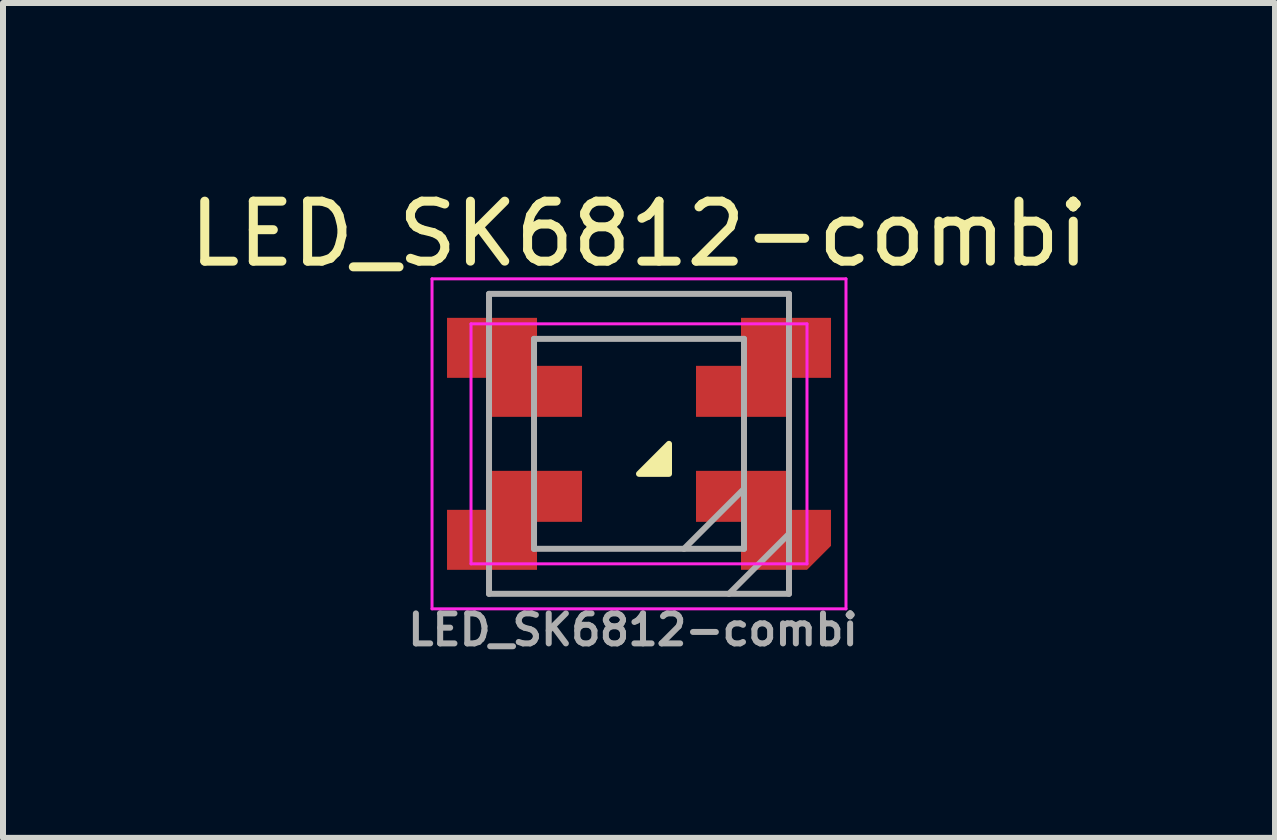
<source format=kicad_pcb>
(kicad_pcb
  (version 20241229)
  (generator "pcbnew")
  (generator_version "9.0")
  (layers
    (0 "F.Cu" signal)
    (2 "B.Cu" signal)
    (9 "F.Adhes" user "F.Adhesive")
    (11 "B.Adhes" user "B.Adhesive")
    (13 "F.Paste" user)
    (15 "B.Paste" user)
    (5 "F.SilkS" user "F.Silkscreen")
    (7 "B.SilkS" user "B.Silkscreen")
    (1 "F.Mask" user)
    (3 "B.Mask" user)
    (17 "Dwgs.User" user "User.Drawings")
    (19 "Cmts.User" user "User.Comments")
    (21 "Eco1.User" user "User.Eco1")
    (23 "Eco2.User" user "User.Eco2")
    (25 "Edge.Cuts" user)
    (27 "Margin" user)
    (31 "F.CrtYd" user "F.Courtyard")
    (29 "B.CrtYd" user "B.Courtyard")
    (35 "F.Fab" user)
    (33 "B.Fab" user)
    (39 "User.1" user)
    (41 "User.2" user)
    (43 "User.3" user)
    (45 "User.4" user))
  (footprint "LED_SK6812-combi"
    (layer "F.Cu")
    (at 7.601 4.348)
    (property "Reference" "LED_SK6812-combi" (at 0 -3.5 0) (layer "F.SilkS") (effects (font (size 1 1) (thickness 0.15))))
    (attr smd)
    (fp_poly (pts (xy 0.5 0) (xy 0 0.5) (xy 0.5 0.5)) (stroke (width 0.1) (type solid)) (fill yes) (layer "F.SilkS"))
    (fp_line (start -3.45 -2.75) (end -3.45 2.75) (stroke (width 0.05) (type solid)) (layer "F.CrtYd"))
    (fp_line (start -3.45 2.75) (end 3.45 2.75) (stroke (width 0.05) (type solid)) (layer "F.CrtYd"))
    (fp_line (start -2.8 -2) (end -2.8 2) (stroke (width 0.05) (type solid)) (layer "F.CrtYd"))
    (fp_line (start -2.8 2) (end 2.8 2) (stroke (width 0.05) (type solid)) (layer "F.CrtYd"))
    (fp_line (start 2.8 -2) (end -2.8 -2) (stroke (width 0.05) (type solid)) (layer "F.CrtYd"))
    (fp_line (start 2.8 2) (end 2.8 -2) (stroke (width 0.05) (type solid)) (layer "F.CrtYd"))
    (fp_line (start 3.45 -2.75) (end -3.45 -2.75) (stroke (width 0.05) (type solid)) (layer "F.CrtYd"))
    (fp_line (start 3.45 2.75) (end 3.45 -2.75) (stroke (width 0.05) (type solid)) (layer "F.CrtYd"))
    (fp_line (start -2.5 -2.5) (end -2.5 2.5) (stroke (width 0.1) (type solid)) (layer "F.Fab"))
    (fp_line (start -2.5 2.5) (end 2.5 2.5) (stroke (width 0.1) (type solid)) (layer "F.Fab"))
    (fp_line (start -1.75 -1.75) (end -1.75 1.75) (stroke (width 0.1) (type solid)) (layer "F.Fab"))
    (fp_line (start -1.75 1.75) (end 1.75 1.75) (stroke (width 0.1) (type solid)) (layer "F.Fab"))
    (fp_line (start 1.75 -1.75) (end -1.75 -1.75) (stroke (width 0.1) (type solid)) (layer "F.Fab"))
    (fp_line (start 1.75 0.75) (end 0.75 1.75) (stroke (width 0.1) (type solid)) (layer "F.Fab"))
    (fp_line (start 1.75 1.75) (end 1.75 -1.75) (stroke (width 0.1) (type solid)) (layer "F.Fab"))
    (fp_line (start 2.5 -2.5) (end -2.5 -2.5) (stroke (width 0.1) (type solid)) (layer "F.Fab"))
    (fp_line (start 2.5 1.5) (end 1.5 2.5) (stroke (width 0.1) (type solid)) (layer "F.Fab"))
    (fp_line (start 2.5 2.5) (end 2.5 -2.5) (stroke (width 0.1) (type solid)) (layer "F.Fab"))
    (fp_text user "${REFERENCE}" (at -0.1 3.1 0) (layer "F.Fab") (effects (font (size 0.5 0.5) (thickness 0.1))))
    (pad "1" smd rect (at 1.75 0.875) (size 1.6 0.85) (layers "F.Cu" "F.Mask" "F.Paste"))
    (pad "1" smd roundrect (at 2.45 1.6) (size 1.5 1) (layers "F.Cu" "F.Mask" "F.Paste") (roundrect_rratio 0) (chamfer_ratio 0.4) (chamfer bottom_right))
    (pad "2" smd rect (at 1.75 -0.875) (size 1.6 0.85) (layers "F.Cu" "F.Mask" "F.Paste"))
    (pad "2" smd rect (at 2.45 -1.6) (size 1.5 1) (layers "F.Cu" "F.Mask" "F.Paste"))
    (pad "3" smd rect (at -2.45 -1.6) (size 1.5 1) (layers "F.Cu" "F.Mask" "F.Paste"))
    (pad "3" smd rect (at -1.75 -0.875) (size 1.6 0.85) (layers "F.Cu" "F.Mask" "F.Paste"))
    (pad "4" smd rect (at -2.45 1.6) (size 1.5 1) (layers "F.Cu" "F.Mask" "F.Paste"))
    (pad "4" smd rect (at -1.75 0.875) (size 1.6 0.85) (layers "F.Cu" "F.Mask" "F.Paste")))
  (gr_rect
    (start -3 -3)
    (end 18.202 10.916)
    (stroke (width 0.1) (type default))
    (fill no)
    (layer "Edge.Cuts")))
</source>
